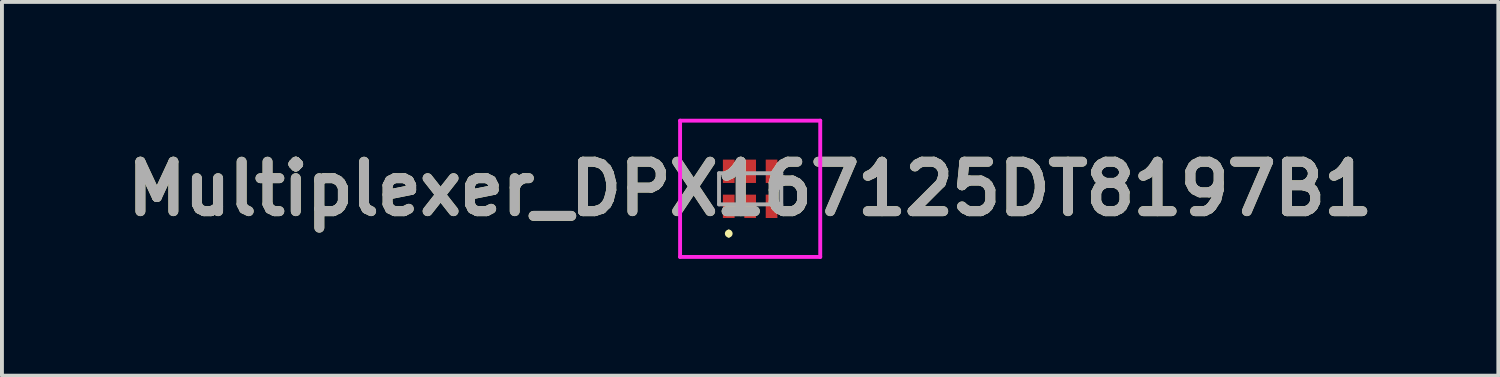
<source format=kicad_pcb>
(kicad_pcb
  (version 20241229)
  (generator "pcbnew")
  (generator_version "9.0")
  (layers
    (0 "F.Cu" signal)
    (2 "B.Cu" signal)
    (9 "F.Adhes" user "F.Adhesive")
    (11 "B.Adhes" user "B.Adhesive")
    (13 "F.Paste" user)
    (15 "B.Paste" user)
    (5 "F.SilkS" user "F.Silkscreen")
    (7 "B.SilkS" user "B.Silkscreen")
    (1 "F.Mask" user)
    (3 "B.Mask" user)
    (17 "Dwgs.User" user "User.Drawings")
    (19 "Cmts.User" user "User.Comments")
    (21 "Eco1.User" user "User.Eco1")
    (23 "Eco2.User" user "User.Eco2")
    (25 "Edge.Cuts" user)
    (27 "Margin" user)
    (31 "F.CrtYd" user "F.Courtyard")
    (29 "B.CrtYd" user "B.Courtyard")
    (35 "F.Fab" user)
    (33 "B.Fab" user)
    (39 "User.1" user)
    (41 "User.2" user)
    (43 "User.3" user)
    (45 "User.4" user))
  (footprint "Multiplexer_DPX167125DT8197B1"
    (layer "F.Cu")
    (at 16.22 1.8)
    (property "Reference" "Multiplexer_DPX167125DT8197B1" (at 0 0 0) (layer "F.SilkS") (effects (font (size 1.27 1.27) (thickness 0.254))))
    (attr smd)
    (fp_line (start -0.55 1.1) (end -0.55 1.1) (stroke (width 0.1) (type solid)) (layer "F.SilkS"))
    (fp_line (start -0.55 1.2) (end -0.55 1.2) (stroke (width 0.1) (type solid)) (layer "F.SilkS"))
    (fp_arc (start -0.55 1.1) (mid -0.5 1.15) (end -0.55 1.2) (stroke (width 0.1) (type solid)) (layer "F.SilkS"))
    (fp_arc (start -0.55 1.2) (mid -0.6 1.15) (end -0.55 1.1) (stroke (width 0.1) (type solid)) (layer "F.SilkS"))
    (fp_line (start -1.8 -1.75) (end 1.8 -1.75) (stroke (width 0.1) (type solid)) (layer "F.CrtYd"))
    (fp_line (start -1.8 1.75) (end -1.8 -1.75) (stroke (width 0.1) (type solid)) (layer "F.CrtYd"))
    (fp_line (start 1.8 -1.75) (end 1.8 1.75) (stroke (width 0.1) (type solid)) (layer "F.CrtYd"))
    (fp_line (start 1.8 1.75) (end -1.8 1.75) (stroke (width 0.1) (type solid)) (layer "F.CrtYd"))
    (fp_line (start -0.8 -0.4) (end -0.8 0.4) (stroke (width 0.1) (type solid)) (layer "F.Fab"))
    (fp_line (start -0.8 0.4) (end 0.8 0.4) (stroke (width 0.1) (type solid)) (layer "F.Fab"))
    (fp_line (start 0.8 -0.4) (end -0.8 -0.4) (stroke (width 0.1) (type solid)) (layer "F.Fab"))
    (fp_line (start 0.8 0.4) (end 0.8 -0.4) (stroke (width 0.1) (type solid)) (layer "F.Fab"))
    (fp_text user "${REFERENCE}" (at 0 0 0) (layer "F.Fab") (effects (font (size 1.27 1.27) (thickness 0.254))))
    (pad "1" smd rect (at -0.55 0.45) (size 0.3 0.6) (layers "F.Cu" "F.Mask" "F.Paste"))
    (pad "2" smd rect (at 0 0.45) (size 0.3 0.6) (layers "F.Cu" "F.Mask" "F.Paste"))
    (pad "3" smd rect (at 0.55 0.45) (size 0.3 0.6) (layers "F.Cu" "F.Mask" "F.Paste"))
    (pad "4" smd rect (at 0.55 -0.45) (size 0.3 0.6) (layers "F.Cu" "F.Mask" "F.Paste"))
    (pad "5" smd rect (at 0 -0.45) (size 0.3 0.6) (layers "F.Cu" "F.Mask" "F.Paste"))
    (pad "6" smd rect (at -0.55 -0.45) (size 0.3 0.6) (layers "F.Cu" "F.Mask" "F.Paste")))
  (gr_rect
    (start -3 -3)
    (end 35.439 6.6)
    (stroke (width 0.1) (type default))
    (fill no)
    (layer "Edge.Cuts")))
</source>
